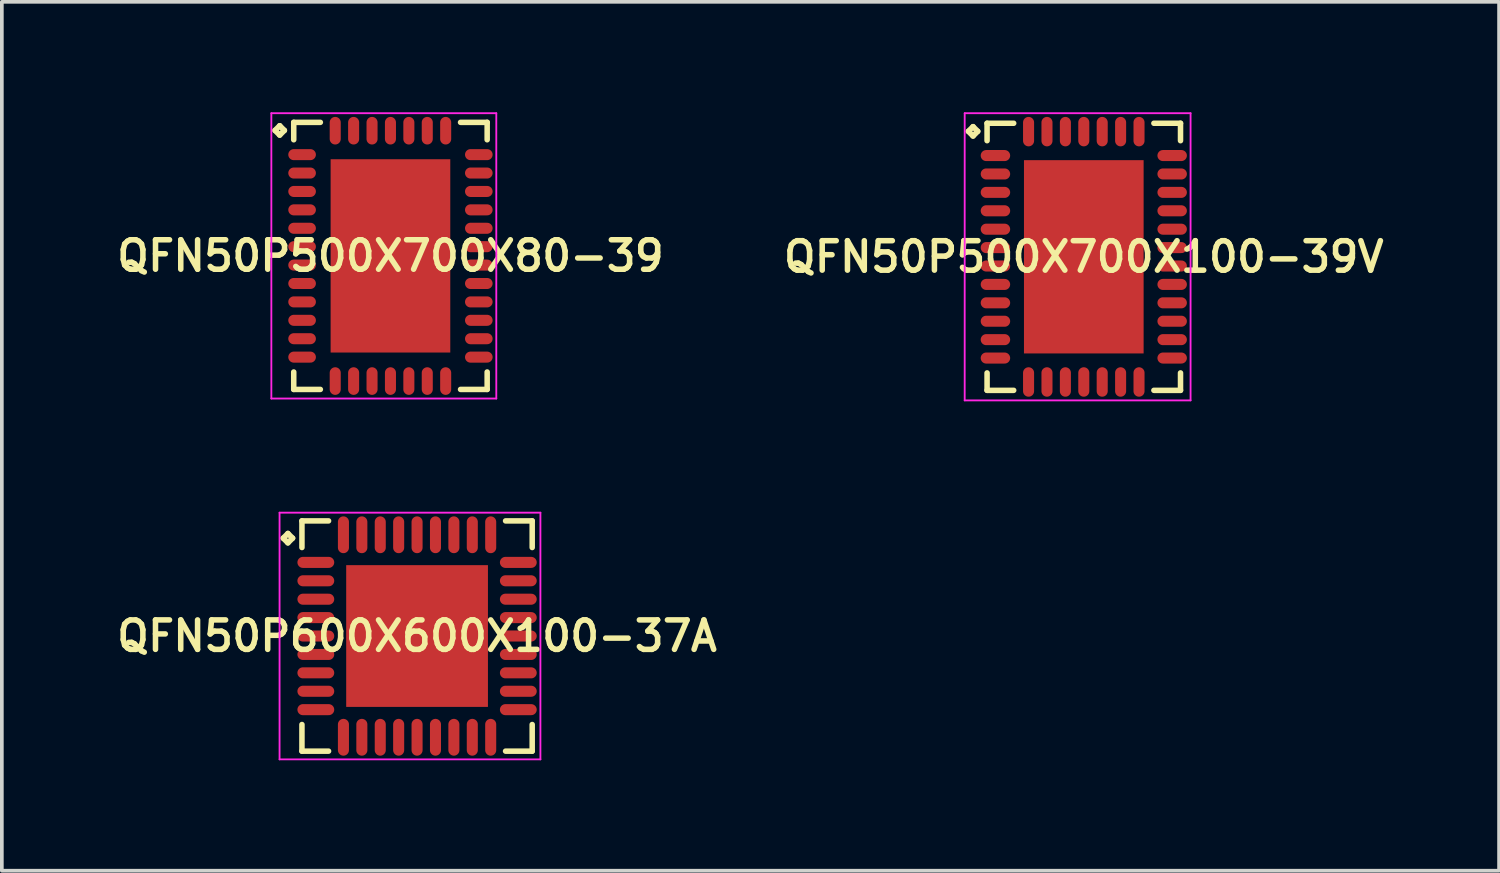
<source format=kicad_pcb>
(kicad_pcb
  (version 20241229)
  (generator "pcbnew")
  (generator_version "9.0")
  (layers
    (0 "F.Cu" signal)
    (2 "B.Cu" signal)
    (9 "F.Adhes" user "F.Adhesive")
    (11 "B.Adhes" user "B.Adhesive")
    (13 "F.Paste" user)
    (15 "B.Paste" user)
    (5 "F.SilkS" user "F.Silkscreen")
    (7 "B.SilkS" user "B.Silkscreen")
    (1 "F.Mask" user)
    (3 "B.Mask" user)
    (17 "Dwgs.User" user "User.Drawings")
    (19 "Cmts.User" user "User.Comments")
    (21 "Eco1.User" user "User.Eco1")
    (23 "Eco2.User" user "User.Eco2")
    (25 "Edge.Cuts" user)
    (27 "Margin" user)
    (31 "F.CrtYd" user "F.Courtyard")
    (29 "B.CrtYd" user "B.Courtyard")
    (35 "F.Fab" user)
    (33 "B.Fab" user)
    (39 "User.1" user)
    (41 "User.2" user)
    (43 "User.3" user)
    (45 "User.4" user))
  (footprint "QFN50P500X700X80-39"
    (layer "F.Cu")
    (at 7.555 3.9)
    (property "Reference" "QFN50P500X700X80-39" (at 0 0 0) (layer "F.SilkS") (effects (font (size 0.8 0.8) (thickness 0.15))))
    (attr smd)
    (fp_line (start -3.135 -3.408) (end -3.008 -3.535) (stroke (width 0.15) (type solid)) (layer "F.SilkS"))
    (fp_line (start -3.008 -3.535) (end -2.881 -3.408) (stroke (width 0.15) (type solid)) (layer "F.SilkS"))
    (fp_line (start -3.008 -3.281) (end -3.135 -3.408) (stroke (width 0.15) (type solid)) (layer "F.SilkS"))
    (fp_line (start -2.881 -3.408) (end -3.008 -3.281) (stroke (width 0.15) (type solid)) (layer "F.SilkS"))
    (fp_line (start -2.627 -3.627) (end -1.904 -3.627) (stroke (width 0.15) (type solid)) (layer "F.SilkS"))
    (fp_line (start -2.627 -3.154) (end -2.627 -3.627) (stroke (width 0.15) (type solid)) (layer "F.SilkS"))
    (fp_line (start -2.627 3.154) (end -2.627 3.627) (stroke (width 0.15) (type solid)) (layer "F.SilkS"))
    (fp_line (start -2.627 3.627) (end -1.904 3.627) (stroke (width 0.15) (type solid)) (layer "F.SilkS"))
    (fp_line (start 1.904 -3.627) (end 2.627 -3.627) (stroke (width 0.15) (type solid)) (layer "F.SilkS"))
    (fp_line (start 1.904 3.627) (end 2.627 3.627) (stroke (width 0.15) (type solid)) (layer "F.SilkS"))
    (fp_line (start 2.627 -3.627) (end 2.627 -3.154) (stroke (width 0.15) (type solid)) (layer "F.SilkS"))
    (fp_line (start 2.627 3.627) (end 2.627 3.154) (stroke (width 0.15) (type solid)) (layer "F.SilkS"))
    (fp_line (start -3.235 -3.875) (end 2.875 -3.875) (stroke (width 0.05) (type solid)) (layer "F.CrtYd"))
    (fp_line (start -3.235 3.875) (end -3.235 -3.875) (stroke (width 0.05) (type solid)) (layer "F.CrtYd"))
    (fp_line (start 2.875 -3.875) (end 2.875 3.875) (stroke (width 0.05) (type solid)) (layer "F.CrtYd"))
    (fp_line (start 2.875 3.875) (end -3.235 3.875) (stroke (width 0.05) (type solid)) (layer "F.CrtYd"))
    (pad "1" smd oval (at -2.4 -2.75) (size 0.75 0.3) (layers "F.Cu" "F.Mask" "F.Paste"))
    (pad "2" smd oval (at -2.4 -2.25) (size 0.75 0.3) (layers "F.Cu" "F.Mask" "F.Paste"))
    (pad "3" smd oval (at -2.4 -1.75) (size 0.75 0.3) (layers "F.Cu" "F.Mask" "F.Paste"))
    (pad "4" smd oval (at -2.4 -1.25) (size 0.75 0.3) (layers "F.Cu" "F.Mask" "F.Paste"))
    (pad "5" smd oval (at -2.4 -0.75) (size 0.75 0.3) (layers "F.Cu" "F.Mask" "F.Paste"))
    (pad "6" smd oval (at -2.4 -0.25) (size 0.75 0.3) (layers "F.Cu" "F.Mask" "F.Paste"))
    (pad "7" smd oval (at -2.4 0.25) (size 0.75 0.3) (layers "F.Cu" "F.Mask" "F.Paste"))
    (pad "8" smd oval (at -2.4 0.75) (size 0.75 0.3) (layers "F.Cu" "F.Mask" "F.Paste"))
    (pad "9" smd oval (at -2.4 1.25) (size 0.75 0.3) (layers "F.Cu" "F.Mask" "F.Paste"))
    (pad "10" smd oval (at -2.4 1.75) (size 0.75 0.3) (layers "F.Cu" "F.Mask" "F.Paste"))
    (pad "11" smd oval (at -2.4 2.25) (size 0.75 0.3) (layers "F.Cu" "F.Mask" "F.Paste"))
    (pad "12" smd oval (at -2.4 2.75) (size 0.75 0.3) (layers "F.Cu" "F.Mask" "F.Paste"))
    (pad "13" smd oval (at -1.5 3.4) (size 0.3 0.75) (layers "F.Cu" "F.Mask" "F.Paste"))
    (pad "14" smd oval (at -1 3.4) (size 0.3 0.75) (layers "F.Cu" "F.Mask" "F.Paste"))
    (pad "15" smd oval (at -0.5 3.4) (size 0.3 0.75) (layers "F.Cu" "F.Mask" "F.Paste"))
    (pad "16" smd oval (at 0 3.4) (size 0.3 0.75) (layers "F.Cu" "F.Mask" "F.Paste"))
    (pad "17" smd oval (at 0.5 3.4) (size 0.3 0.75) (layers "F.Cu" "F.Mask" "F.Paste"))
    (pad "18" smd oval (at 1 3.4) (size 0.3 0.75) (layers "F.Cu" "F.Mask" "F.Paste"))
    (pad "19" smd oval (at 1.5 3.4) (size 0.3 0.75) (layers "F.Cu" "F.Mask" "F.Paste"))
    (pad "20" smd oval (at 2.4 2.75) (size 0.75 0.3) (layers "F.Cu" "F.Mask" "F.Paste"))
    (pad "21" smd oval (at 2.4 2.25) (size 0.75 0.3) (layers "F.Cu" "F.Mask" "F.Paste"))
    (pad "22" smd oval (at 2.4 1.75) (size 0.75 0.3) (layers "F.Cu" "F.Mask" "F.Paste"))
    (pad "23" smd oval (at 2.4 1.25) (size 0.75 0.3) (layers "F.Cu" "F.Mask" "F.Paste"))
    (pad "24" smd oval (at 2.4 0.75) (size 0.75 0.3) (layers "F.Cu" "F.Mask" "F.Paste"))
    (pad "25" smd oval (at 2.4 0.25) (size 0.75 0.3) (layers "F.Cu" "F.Mask" "F.Paste"))
    (pad "26" smd oval (at 2.4 -0.25) (size 0.75 0.3) (layers "F.Cu" "F.Mask" "F.Paste"))
    (pad "27" smd oval (at 2.4 -0.75) (size 0.75 0.3) (layers "F.Cu" "F.Mask" "F.Paste"))
    (pad "28" smd oval (at 2.4 -1.25) (size 0.75 0.3) (layers "F.Cu" "F.Mask" "F.Paste"))
    (pad "29" smd oval (at 2.4 -1.75) (size 0.75 0.3) (layers "F.Cu" "F.Mask" "F.Paste"))
    (pad "30" smd oval (at 2.4 -2.25) (size 0.75 0.3) (layers "F.Cu" "F.Mask" "F.Paste"))
    (pad "31" smd oval (at 2.4 -2.75) (size 0.75 0.3) (layers "F.Cu" "F.Mask" "F.Paste"))
    (pad "32" smd oval (at 1.5 -3.4) (size 0.3 0.75) (layers "F.Cu" "F.Mask" "F.Paste"))
    (pad "33" smd oval (at 1 -3.4) (size 0.3 0.75) (layers "F.Cu" "F.Mask" "F.Paste"))
    (pad "34" smd oval (at 0.5 -3.4) (size 0.3 0.75) (layers "F.Cu" "F.Mask" "F.Paste"))
    (pad "35" smd oval (at 0 -3.4) (size 0.3 0.75) (layers "F.Cu" "F.Mask" "F.Paste"))
    (pad "36" smd oval (at -0.5 -3.4) (size 0.3 0.75) (layers "F.Cu" "F.Mask" "F.Paste"))
    (pad "37" smd oval (at -1 -3.4) (size 0.3 0.75) (layers "F.Cu" "F.Mask" "F.Paste"))
    (pad "38" smd oval (at -1.5 -3.4) (size 0.3 0.75) (layers "F.Cu" "F.Mask" "F.Paste"))
    (pad "39" smd rect (at 0 0) (size 3.25 5.25) (layers "F.Cu" "F.Mask" "F.Paste")))
  (footprint "QFN50P600X600X100-37A"
    (layer "F.Cu")
    (at 8.278 14.225)
    (property "Reference" "QFN50P600X600X100-37A" (at 0 0 0) (layer "F.SilkS") (effects (font (size 0.8 0.8) (thickness 0.15))))
    (attr smd)
    (fp_line (start -3.635 -2.658) (end -3.508 -2.785) (stroke (width 0.15) (type solid)) (layer "F.SilkS"))
    (fp_line (start -3.508 -2.785) (end -3.381 -2.658) (stroke (width 0.15) (type solid)) (layer "F.SilkS"))
    (fp_line (start -3.508 -2.531) (end -3.635 -2.658) (stroke (width 0.15) (type solid)) (layer "F.SilkS"))
    (fp_line (start -3.381 -2.658) (end -3.508 -2.531) (stroke (width 0.15) (type solid)) (layer "F.SilkS"))
    (fp_line (start -3.127 -3.127) (end -2.404 -3.127) (stroke (width 0.15) (type solid)) (layer "F.SilkS"))
    (fp_line (start -3.127 -2.404) (end -3.127 -3.127) (stroke (width 0.15) (type solid)) (layer "F.SilkS"))
    (fp_line (start -3.127 2.404) (end -3.127 3.127) (stroke (width 0.15) (type solid)) (layer "F.SilkS"))
    (fp_line (start -3.127 3.127) (end -2.404 3.127) (stroke (width 0.15) (type solid)) (layer "F.SilkS"))
    (fp_line (start 2.404 -3.127) (end 3.127 -3.127) (stroke (width 0.15) (type solid)) (layer "F.SilkS"))
    (fp_line (start 2.404 3.127) (end 3.127 3.127) (stroke (width 0.15) (type solid)) (layer "F.SilkS"))
    (fp_line (start 3.127 -3.127) (end 3.127 -2.404) (stroke (width 0.15) (type solid)) (layer "F.SilkS"))
    (fp_line (start 3.127 3.127) (end 3.127 2.404) (stroke (width 0.15) (type solid)) (layer "F.SilkS"))
    (fp_line (start -3.735 -3.35) (end 3.35 -3.35) (stroke (width 0.05) (type solid)) (layer "F.CrtYd"))
    (fp_line (start -3.735 3.35) (end -3.735 -3.35) (stroke (width 0.05) (type solid)) (layer "F.CrtYd"))
    (fp_line (start 3.35 -3.35) (end 3.35 3.35) (stroke (width 0.05) (type solid)) (layer "F.CrtYd"))
    (fp_line (start 3.35 3.35) (end -3.735 3.35) (stroke (width 0.05) (type solid)) (layer "F.CrtYd"))
    (pad "1" smd oval (at -2.75 -2) (size 1 0.3) (layers "F.Cu" "F.Mask" "F.Paste"))
    (pad "2" smd oval (at -2.75 -1.5) (size 1 0.3) (layers "F.Cu" "F.Mask" "F.Paste"))
    (pad "3" smd oval (at -2.75 -1) (size 1 0.3) (layers "F.Cu" "F.Mask" "F.Paste"))
    (pad "4" smd oval (at -2.75 -0.5) (size 1 0.3) (layers "F.Cu" "F.Mask" "F.Paste"))
    (pad "5" smd oval (at -2.75 0) (size 1 0.3) (layers "F.Cu" "F.Mask" "F.Paste"))
    (pad "6" smd oval (at -2.75 0.5) (size 1 0.3) (layers "F.Cu" "F.Mask" "F.Paste"))
    (pad "7" smd oval (at -2.75 1) (size 1 0.3) (layers "F.Cu" "F.Mask" "F.Paste"))
    (pad "8" smd oval (at -2.75 1.5) (size 1 0.3) (layers "F.Cu" "F.Mask" "F.Paste"))
    (pad "9" smd oval (at -2.75 2) (size 1 0.3) (layers "F.Cu" "F.Mask" "F.Paste"))
    (pad "10" smd oval (at -2 2.75) (size 0.3 1) (layers "F.Cu" "F.Mask" "F.Paste"))
    (pad "11" smd oval (at -1.5 2.75) (size 0.3 1) (layers "F.Cu" "F.Mask" "F.Paste"))
    (pad "12" smd oval (at -1 2.75) (size 0.3 1) (layers "F.Cu" "F.Mask" "F.Paste"))
    (pad "13" smd oval (at -0.5 2.75) (size 0.3 1) (layers "F.Cu" "F.Mask" "F.Paste"))
    (pad "14" smd oval (at 0 2.75) (size 0.3 1) (layers "F.Cu" "F.Mask" "F.Paste"))
    (pad "15" smd oval (at 0.5 2.75) (size 0.3 1) (layers "F.Cu" "F.Mask" "F.Paste"))
    (pad "16" smd oval (at 1 2.75) (size 0.3 1) (layers "F.Cu" "F.Mask" "F.Paste"))
    (pad "17" smd oval (at 1.5 2.75) (size 0.3 1) (layers "F.Cu" "F.Mask" "F.Paste"))
    (pad "18" smd oval (at 2 2.75) (size 0.3 1) (layers "F.Cu" "F.Mask" "F.Paste"))
    (pad "19" smd oval (at 2.75 2) (size 1 0.3) (layers "F.Cu" "F.Mask" "F.Paste"))
    (pad "20" smd oval (at 2.75 1.5) (size 1 0.3) (layers "F.Cu" "F.Mask" "F.Paste"))
    (pad "21" smd oval (at 2.75 1) (size 1 0.3) (layers "F.Cu" "F.Mask" "F.Paste"))
    (pad "22" smd oval (at 2.75 0.5) (size 1 0.3) (layers "F.Cu" "F.Mask" "F.Paste"))
    (pad "23" smd oval (at 2.75 0) (size 1 0.3) (layers "F.Cu" "F.Mask" "F.Paste"))
    (pad "24" smd oval (at 2.75 -0.5) (size 1 0.3) (layers "F.Cu" "F.Mask" "F.Paste"))
    (pad "25" smd oval (at 2.75 -1) (size 1 0.3) (layers "F.Cu" "F.Mask" "F.Paste"))
    (pad "26" smd oval (at 2.75 -1.5) (size 1 0.3) (layers "F.Cu" "F.Mask" "F.Paste"))
    (pad "27" smd oval (at 2.75 -2) (size 1 0.3) (layers "F.Cu" "F.Mask" "F.Paste"))
    (pad "28" smd oval (at 2 -2.75) (size 0.3 1) (layers "F.Cu" "F.Mask" "F.Paste"))
    (pad "29" smd oval (at 1.5 -2.75) (size 0.3 1) (layers "F.Cu" "F.Mask" "F.Paste"))
    (pad "30" smd oval (at 1 -2.75) (size 0.3 1) (layers "F.Cu" "F.Mask" "F.Paste"))
    (pad "31" smd oval (at 0.5 -2.75) (size 0.3 1) (layers "F.Cu" "F.Mask" "F.Paste"))
    (pad "32" smd oval (at 0 -2.75) (size 0.3 1) (layers "F.Cu" "F.Mask" "F.Paste"))
    (pad "33" smd oval (at -0.5 -2.75) (size 0.3 1) (layers "F.Cu" "F.Mask" "F.Paste"))
    (pad "34" smd oval (at -1 -2.75) (size 0.3 1) (layers "F.Cu" "F.Mask" "F.Paste"))
    (pad "35" smd oval (at -1.5 -2.75) (size 0.3 1) (layers "F.Cu" "F.Mask" "F.Paste"))
    (pad "36" smd oval (at -2 -2.75) (size 0.3 1) (layers "F.Cu" "F.Mask" "F.Paste"))
    (pad "37" smd rect (at 0 0) (size 3.85 3.85) (layers "F.Cu" "F.Mask" "F.Paste")))
  (footprint "QFN50P500X700X100-39V"
    (layer "F.Cu")
    (at 26.387 3.925)
    (property "Reference" "QFN50P500X700X100-39V" (at 0 0 0) (layer "F.SilkS") (effects (font (size 0.8 0.8) (thickness 0.15))))
    (attr smd)
    (fp_line (start -3.135 -3.408) (end -3.008 -3.535) (stroke (width 0.15) (type solid)) (layer "F.SilkS"))
    (fp_line (start -3.008 -3.535) (end -2.881 -3.408) (stroke (width 0.15) (type solid)) (layer "F.SilkS"))
    (fp_line (start -3.008 -3.281) (end -3.135 -3.408) (stroke (width 0.15) (type solid)) (layer "F.SilkS"))
    (fp_line (start -2.881 -3.408) (end -3.008 -3.281) (stroke (width 0.15) (type solid)) (layer "F.SilkS"))
    (fp_line (start -2.627 -3.627) (end -1.904 -3.627) (stroke (width 0.15) (type solid)) (layer "F.SilkS"))
    (fp_line (start -2.627 -3.154) (end -2.627 -3.627) (stroke (width 0.15) (type solid)) (layer "F.SilkS"))
    (fp_line (start -2.627 3.154) (end -2.627 3.627) (stroke (width 0.15) (type solid)) (layer "F.SilkS"))
    (fp_line (start -2.627 3.627) (end -1.904 3.627) (stroke (width 0.15) (type solid)) (layer "F.SilkS"))
    (fp_line (start 1.904 -3.627) (end 2.627 -3.627) (stroke (width 0.15) (type solid)) (layer "F.SilkS"))
    (fp_line (start 1.904 3.627) (end 2.627 3.627) (stroke (width 0.15) (type solid)) (layer "F.SilkS"))
    (fp_line (start 2.627 -3.627) (end 2.627 -3.154) (stroke (width 0.15) (type solid)) (layer "F.SilkS"))
    (fp_line (start 2.627 3.627) (end 2.627 3.154) (stroke (width 0.15) (type solid)) (layer "F.SilkS"))
    (fp_line (start -3.235 -3.9) (end 2.9 -3.9) (stroke (width 0.05) (type solid)) (layer "F.CrtYd"))
    (fp_line (start -3.235 3.9) (end -3.235 -3.9) (stroke (width 0.05) (type solid)) (layer "F.CrtYd"))
    (fp_line (start 2.9 -3.9) (end 2.9 3.9) (stroke (width 0.05) (type solid)) (layer "F.CrtYd"))
    (fp_line (start 2.9 3.9) (end -3.235 3.9) (stroke (width 0.05) (type solid)) (layer "F.CrtYd"))
    (pad "1" smd oval (at -2.4 -2.75) (size 0.8 0.3) (layers "F.Cu" "F.Mask" "F.Paste"))
    (pad "2" smd oval (at -2.4 -2.25) (size 0.8 0.3) (layers "F.Cu" "F.Mask" "F.Paste"))
    (pad "3" smd oval (at -2.4 -1.75) (size 0.8 0.3) (layers "F.Cu" "F.Mask" "F.Paste"))
    (pad "4" smd oval (at -2.4 -1.25) (size 0.8 0.3) (layers "F.Cu" "F.Mask" "F.Paste"))
    (pad "5" smd oval (at -2.4 -0.75) (size 0.8 0.3) (layers "F.Cu" "F.Mask" "F.Paste"))
    (pad "6" smd oval (at -2.4 -0.25) (size 0.8 0.3) (layers "F.Cu" "F.Mask" "F.Paste"))
    (pad "7" smd oval (at -2.4 0.25) (size 0.8 0.3) (layers "F.Cu" "F.Mask" "F.Paste"))
    (pad "8" smd oval (at -2.4 0.75) (size 0.8 0.3) (layers "F.Cu" "F.Mask" "F.Paste"))
    (pad "9" smd oval (at -2.4 1.25) (size 0.8 0.3) (layers "F.Cu" "F.Mask" "F.Paste"))
    (pad "10" smd oval (at -2.4 1.75) (size 0.8 0.3) (layers "F.Cu" "F.Mask" "F.Paste"))
    (pad "11" smd oval (at -2.4 2.25) (size 0.8 0.3) (layers "F.Cu" "F.Mask" "F.Paste"))
    (pad "12" smd oval (at -2.4 2.75) (size 0.8 0.3) (layers "F.Cu" "F.Mask" "F.Paste"))
    (pad "13" smd oval (at -1.5 3.4) (size 0.3 0.8) (layers "F.Cu" "F.Mask" "F.Paste"))
    (pad "14" smd oval (at -1 3.4) (size 0.3 0.8) (layers "F.Cu" "F.Mask" "F.Paste"))
    (pad "15" smd oval (at -0.5 3.4) (size 0.3 0.8) (layers "F.Cu" "F.Mask" "F.Paste"))
    (pad "16" smd oval (at 0 3.4) (size 0.3 0.8) (layers "F.Cu" "F.Mask" "F.Paste"))
    (pad "17" smd oval (at 0.5 3.4) (size 0.3 0.8) (layers "F.Cu" "F.Mask" "F.Paste"))
    (pad "18" smd oval (at 1 3.4) (size 0.3 0.8) (layers "F.Cu" "F.Mask" "F.Paste"))
    (pad "19" smd oval (at 1.5 3.4) (size 0.3 0.8) (layers "F.Cu" "F.Mask" "F.Paste"))
    (pad "20" smd oval (at 2.4 2.75) (size 0.8 0.3) (layers "F.Cu" "F.Mask" "F.Paste"))
    (pad "21" smd oval (at 2.4 2.25) (size 0.8 0.3) (layers "F.Cu" "F.Mask" "F.Paste"))
    (pad "22" smd oval (at 2.4 1.75) (size 0.8 0.3) (layers "F.Cu" "F.Mask" "F.Paste"))
    (pad "23" smd oval (at 2.4 1.25) (size 0.8 0.3) (layers "F.Cu" "F.Mask" "F.Paste"))
    (pad "24" smd oval (at 2.4 0.75) (size 0.8 0.3) (layers "F.Cu" "F.Mask" "F.Paste"))
    (pad "25" smd oval (at 2.4 0.25) (size 0.8 0.3) (layers "F.Cu" "F.Mask" "F.Paste"))
    (pad "26" smd oval (at 2.4 -0.25) (size 0.8 0.3) (layers "F.Cu" "F.Mask" "F.Paste"))
    (pad "27" smd oval (at 2.4 -0.75) (size 0.8 0.3) (layers "F.Cu" "F.Mask" "F.Paste"))
    (pad "28" smd oval (at 2.4 -1.25) (size 0.8 0.3) (layers "F.Cu" "F.Mask" "F.Paste"))
    (pad "29" smd oval (at 2.4 -1.75) (size 0.8 0.3) (layers "F.Cu" "F.Mask" "F.Paste"))
    (pad "30" smd oval (at 2.4 -2.25) (size 0.8 0.3) (layers "F.Cu" "F.Mask" "F.Paste"))
    (pad "31" smd oval (at 2.4 -2.75) (size 0.8 0.3) (layers "F.Cu" "F.Mask" "F.Paste"))
    (pad "32" smd oval (at 1.5 -3.4) (size 0.3 0.8) (layers "F.Cu" "F.Mask" "F.Paste"))
    (pad "33" smd oval (at 1 -3.4) (size 0.3 0.8) (layers "F.Cu" "F.Mask" "F.Paste"))
    (pad "34" smd oval (at 0.5 -3.4) (size 0.3 0.8) (layers "F.Cu" "F.Mask" "F.Paste"))
    (pad "35" smd oval (at 0 -3.4) (size 0.3 0.8) (layers "F.Cu" "F.Mask" "F.Paste"))
    (pad "36" smd oval (at -0.5 -3.4) (size 0.3 0.8) (layers "F.Cu" "F.Mask" "F.Paste"))
    (pad "37" smd oval (at -1 -3.4) (size 0.3 0.8) (layers "F.Cu" "F.Mask" "F.Paste"))
    (pad "38" smd oval (at -1.5 -3.4) (size 0.3 0.8) (layers "F.Cu" "F.Mask" "F.Paste"))
    (pad "39" smd rect (at 0 0) (size 3.25 5.25) (layers "F.Cu" "F.Mask" "F.Paste")))
  (gr_rect
    (start -3 -3)
    (end 37.666 20.6)
    (stroke (width 0.1) (type default))
    (fill no)
    (layer "Edge.Cuts")))
</source>
